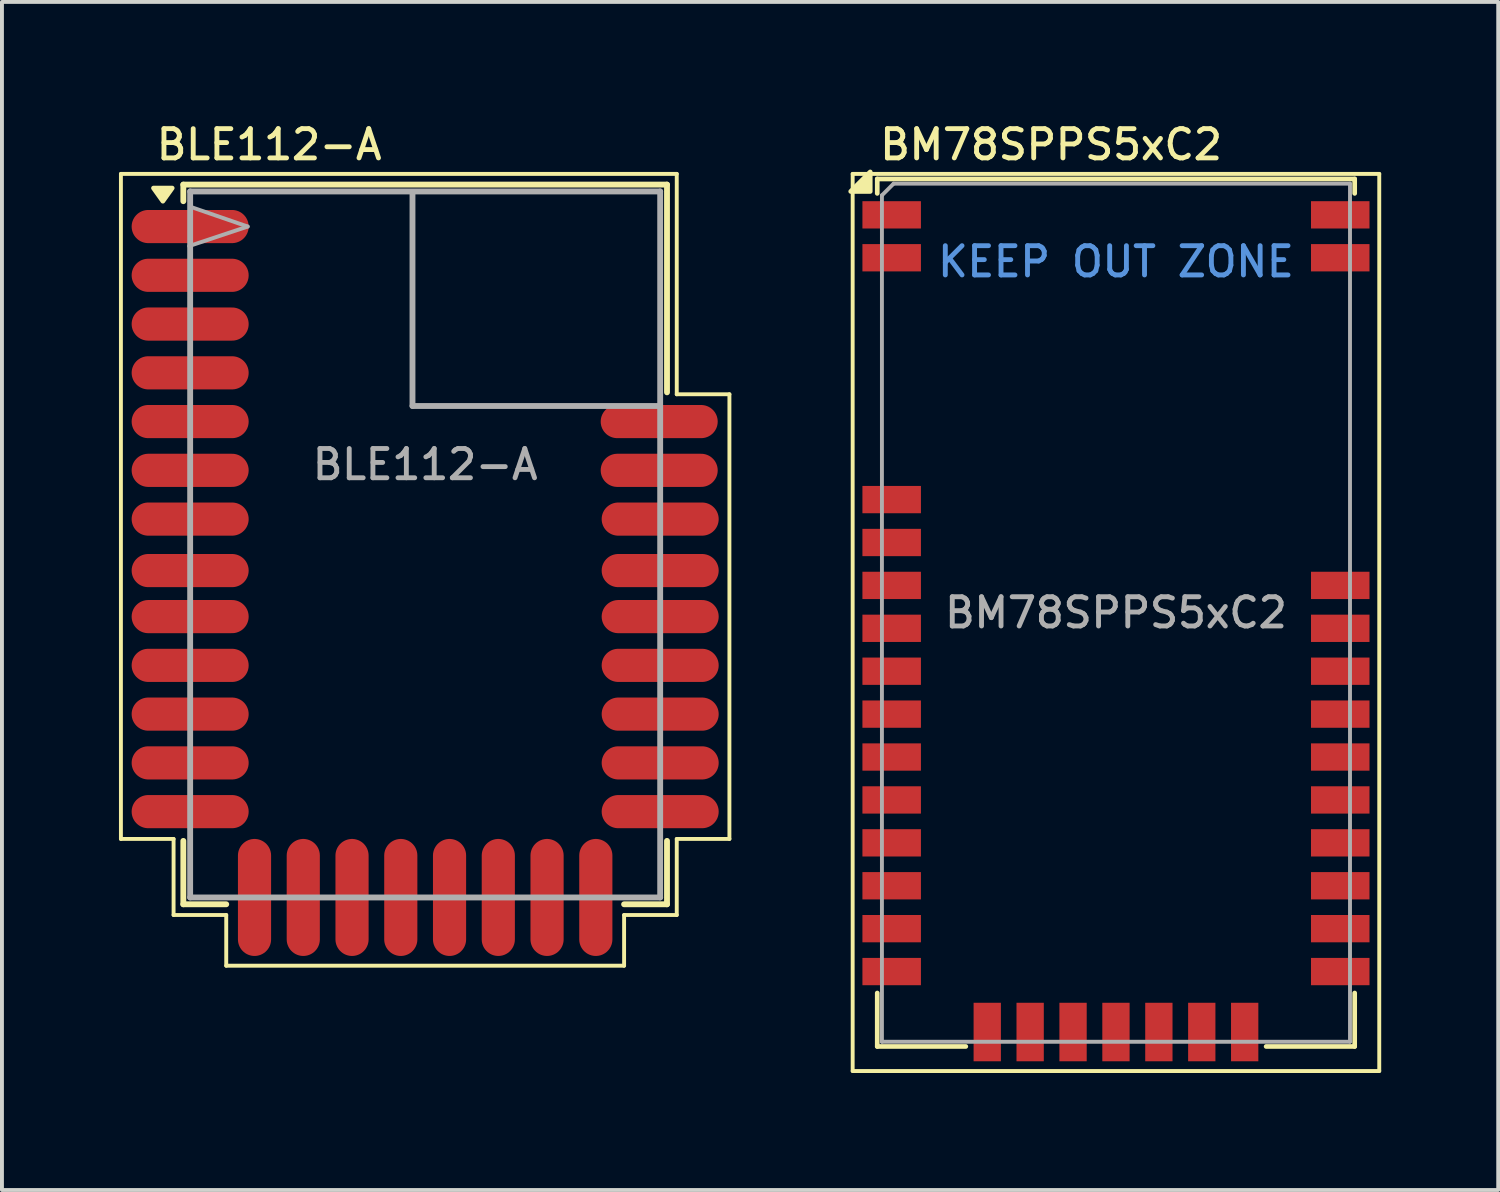
<source format=kicad_pcb>
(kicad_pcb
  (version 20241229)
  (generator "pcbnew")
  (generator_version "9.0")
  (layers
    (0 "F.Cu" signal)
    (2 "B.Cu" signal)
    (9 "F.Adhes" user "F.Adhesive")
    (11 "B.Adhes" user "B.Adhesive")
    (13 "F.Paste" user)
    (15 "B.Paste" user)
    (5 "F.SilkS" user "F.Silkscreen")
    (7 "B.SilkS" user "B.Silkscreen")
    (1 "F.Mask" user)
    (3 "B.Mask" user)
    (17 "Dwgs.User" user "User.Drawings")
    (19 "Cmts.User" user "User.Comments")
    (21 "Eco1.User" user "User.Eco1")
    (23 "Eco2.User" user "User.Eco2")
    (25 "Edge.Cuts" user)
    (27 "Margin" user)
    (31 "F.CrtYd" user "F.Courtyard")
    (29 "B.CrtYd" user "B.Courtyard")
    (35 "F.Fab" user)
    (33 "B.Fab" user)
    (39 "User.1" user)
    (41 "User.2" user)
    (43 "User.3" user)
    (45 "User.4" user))
  (footprint "BLE112-A"
    (layer "F.Cu")
    (at 7.85 11.358)
    (property "Reference" "BLE112-A" (at -4 -10.7 0) (layer "F.SilkS") (effects (font (size 0.75 0.75) (thickness 0.125))))
    (attr smd)
    (fp_line (start -7.8 -9.95) (end -7.8 7.1) (stroke (width 0.1) (type solid)) (layer "F.SilkS"))
    (fp_line (start -7.8 7.1) (end -6.45 7.1) (stroke (width 0.1) (type solid)) (layer "F.SilkS"))
    (fp_line (start -6.45 7.1) (end -6.45 9.05) (stroke (width 0.1) (type solid)) (layer "F.SilkS"))
    (fp_line (start -6.45 9.05) (end -5.1 9.05) (stroke (width 0.1) (type solid)) (layer "F.SilkS"))
    (fp_line (start -6.2 -9.675) (end -6.2 -9.25) (stroke (width 0.15) (type solid)) (layer "F.SilkS"))
    (fp_line (start -6.2 8.775) (end -6.2 7.15) (stroke (width 0.15) (type solid)) (layer "F.SilkS"))
    (fp_line (start -5.1 8.775) (end -6.2 8.775) (stroke (width 0.15) (type solid)) (layer "F.SilkS"))
    (fp_line (start -5.1 9.05) (end -5.1 10.35) (stroke (width 0.1) (type solid)) (layer "F.SilkS"))
    (fp_line (start -5.1 10.35) (end 5.1 10.35) (stroke (width 0.1) (type solid)) (layer "F.SilkS"))
    (fp_line (start 5.1 8.775) (end 6.2 8.775) (stroke (width 0.15) (type solid)) (layer "F.SilkS"))
    (fp_line (start 5.1 9.05) (end 6.45 9.05) (stroke (width 0.1) (type solid)) (layer "F.SilkS"))
    (fp_line (start 5.1 10.35) (end 5.1 9.05) (stroke (width 0.1) (type solid)) (layer "F.SilkS"))
    (fp_line (start 6.2 -9.675) (end -6.2 -9.675) (stroke (width 0.15) (type solid)) (layer "F.SilkS"))
    (fp_line (start 6.2 -4.35) (end 6.2 -9.675) (stroke (width 0.15) (type solid)) (layer "F.SilkS"))
    (fp_line (start 6.2 8.775) (end 6.2 7.15) (stroke (width 0.15) (type solid)) (layer "F.SilkS"))
    (fp_line (start 6.45 -9.95) (end -7.8 -9.95) (stroke (width 0.1) (type solid)) (layer "F.SilkS"))
    (fp_line (start 6.45 -4.3) (end 6.45 -9.95) (stroke (width 0.1) (type solid)) (layer "F.SilkS"))
    (fp_line (start 6.45 7.1) (end 7.8 7.1) (stroke (width 0.1) (type solid)) (layer "F.SilkS"))
    (fp_line (start 6.45 9.05) (end 6.45 7.1) (stroke (width 0.1) (type solid)) (layer "F.SilkS"))
    (fp_line (start 7.8 -4.3) (end 6.45 -4.3) (stroke (width 0.1) (type solid)) (layer "F.SilkS"))
    (fp_line (start 7.8 7.1) (end 7.8 -4.3) (stroke (width 0.1) (type solid)) (layer "F.SilkS"))
    (fp_poly (pts (xy -6.725 -9.25) (xy -6.965 -9.586) (xy -6.485 -9.586) (xy -6.725 -9.25)) (stroke (width 0.12) (type solid)) (fill yes) (layer "F.SilkS"))
    (fp_line (start -6.025 -9.5) (end -6.025 8.6) (stroke (width 0.15) (type solid)) (layer "F.Fab"))
    (fp_line (start -6.025 8.6) (end 6.025 8.6) (stroke (width 0.15) (type solid)) (layer "F.Fab"))
    (fp_line (start -6 -9.1) (end -4.55 -8.6) (stroke (width 0.1) (type solid)) (layer "F.Fab"))
    (fp_line (start -4.55 -8.6) (end -6.05 -8.1) (stroke (width 0.1) (type solid)) (layer "F.Fab"))
    (fp_line (start -0.325 -4) (end -0.325 -9.45) (stroke (width 0.15) (type solid)) (layer "F.Fab"))
    (fp_line (start 6 -4) (end -0.325 -4) (stroke (width 0.15) (type solid)) (layer "F.Fab"))
    (fp_line (start 6.025 -9.5) (end -6.025 -9.5) (stroke (width 0.15) (type solid)) (layer "F.Fab"))
    (fp_line (start 6.025 8.6) (end 6.025 -9.5) (stroke (width 0.15) (type solid)) (layer "F.Fab"))
    (fp_text user "${REFERENCE}" (at 0 -2.5 0) (layer "F.Fab") (effects (font (size 0.75 0.75) (thickness 0.125))))
    (pad "1" smd oval (at -6.025 -8.6) (size 3 0.85) (layers "F.Cu" "F.Mask" "F.Paste"))
    (pad "2" smd oval (at -6.025 -7.35) (size 3 0.85) (layers "F.Cu" "F.Mask" "F.Paste"))
    (pad "3" smd oval (at -6.025 -6.1) (size 3 0.85) (layers "F.Cu" "F.Mask" "F.Paste"))
    (pad "4" smd oval (at -6.025 -4.85) (size 3 0.85) (layers "F.Cu" "F.Mask" "F.Paste"))
    (pad "5" smd oval (at -6.025 -3.6) (size 3 0.85) (layers "F.Cu" "F.Mask" "F.Paste"))
    (pad "6" smd oval (at -6.025 -2.35) (size 3 0.85) (layers "F.Cu" "F.Mask" "F.Paste"))
    (pad "7" smd oval (at -6.025 -1.1) (size 3 0.85) (layers "F.Cu" "F.Mask" "F.Paste"))
    (pad "8" smd oval (at -6.025 0.22) (size 3 0.85) (layers "F.Cu" "F.Mask" "F.Paste"))
    (pad "9" smd oval (at -6.025 1.4) (size 3 0.85) (layers "F.Cu" "F.Mask" "F.Paste"))
    (pad "10" smd oval (at -6.025 2.65) (size 3 0.85) (layers "F.Cu" "F.Mask" "F.Paste"))
    (pad "11" smd oval (at -6.025 3.9) (size 3 0.85) (layers "F.Cu" "F.Mask" "F.Paste"))
    (pad "12" smd oval (at -6.025 5.15) (size 3 0.85) (layers "F.Cu" "F.Mask" "F.Paste"))
    (pad "13" smd oval (at -6.025 6.4) (size 3 0.85) (layers "F.Cu" "F.Mask" "F.Paste"))
    (pad "14" smd oval (at -4.375 8.6 90) (size 3 0.85) (layers "F.Cu" "F.Mask" "F.Paste"))
    (pad "15" smd oval (at -3.125 8.6 90) (size 3 0.85) (layers "F.Cu" "F.Mask" "F.Paste"))
    (pad "16" smd oval (at -1.875 8.6 90) (size 3 0.85) (layers "F.Cu" "F.Mask" "F.Paste"))
    (pad "17" smd oval (at -0.625 8.6 90) (size 3 0.85) (layers "F.Cu" "F.Mask" "F.Paste"))
    (pad "18" smd oval (at 0.625 8.6 90) (size 3 0.85) (layers "F.Cu" "F.Mask" "F.Paste"))
    (pad "19" smd oval (at 1.875 8.6 90) (size 3 0.85) (layers "F.Cu" "F.Mask" "F.Paste"))
    (pad "20" smd oval (at 3.125 8.6 90) (size 3 0.85) (layers "F.Cu" "F.Mask" "F.Paste"))
    (pad "21" smd oval (at 4.375 8.6 90) (size 3 0.85) (layers "F.Cu" "F.Mask" "F.Paste"))
    (pad "22" smd oval (at 6.025 6.4) (size 3 0.85) (layers "F.Cu" "F.Mask" "F.Paste"))
    (pad "23" smd oval (at 6.025 5.15) (size 3 0.85) (layers "F.Cu" "F.Mask" "F.Paste"))
    (pad "24" smd oval (at 6.025 3.9) (size 3 0.85) (layers "F.Cu" "F.Mask" "F.Paste"))
    (pad "25" smd oval (at 6.025 2.65) (size 3 0.85) (layers "F.Cu" "F.Mask" "F.Paste"))
    (pad "26" smd oval (at 6.025 1.4) (size 3 0.85) (layers "F.Cu" "F.Mask" "F.Paste"))
    (pad "27" smd oval (at 6.025 0.22) (size 3 0.85) (layers "F.Cu" "F.Mask" "F.Paste"))
    (pad "28" smd oval (at 6.025 -1.1) (size 3 0.85) (layers "F.Cu" "F.Mask" "F.Paste"))
    (pad "29" smd oval (at 6 -2.35) (size 3 0.85) (layers "F.Cu" "F.Mask" "F.Paste"))
    (pad "30" smd oval (at 6 -3.6) (size 3 0.85) (layers "F.Cu" "F.Mask" "F.Paste")))
  (footprint "BM78SPPS5xC2"
    (layer "F.Cu")
    (at 25.56 12.658)
    (property "Reference" "BM78SPPS5xC2" (at -6.12 -12 180) (layer "F.SilkS") (effects (font (size 0.75 0.75) (thickness 0.125)) (justify left)))
    (attr smd)
    (fp_line (start -6.75 -11.25) (end 6.75 -11.25) (stroke (width 0.1) (type solid)) (layer "F.SilkS"))
    (fp_line (start -6.75 11.75) (end -6.75 -11.25) (stroke (width 0.1) (type solid)) (layer "F.SilkS"))
    (fp_line (start -6.12 -11.12) (end -6.12 -10.75) (stroke (width 0.12) (type solid)) (layer "F.SilkS"))
    (fp_line (start -6.12 -11.12) (end 6.12 -11.12) (stroke (width 0.12) (type solid)) (layer "F.SilkS"))
    (fp_line (start -6.12 9.75) (end -6.12 11.12) (stroke (width 0.12) (type solid)) (layer "F.SilkS"))
    (fp_line (start -6.12 11.12) (end -3.85 11.12) (stroke (width 0.12) (type solid)) (layer "F.SilkS"))
    (fp_line (start 6.12 -11.12) (end 6.12 -10.75) (stroke (width 0.12) (type solid)) (layer "F.SilkS"))
    (fp_line (start 6.12 11.12) (end 3.85 11.12) (stroke (width 0.12) (type solid)) (layer "F.SilkS"))
    (fp_line (start 6.12 11.12) (end 6.12 9.75) (stroke (width 0.12) (type solid)) (layer "F.SilkS"))
    (fp_line (start 6.75 -11.25) (end 6.75 11.75) (stroke (width 0.1) (type solid)) (layer "F.SilkS"))
    (fp_line (start 6.75 11.75) (end -6.75 11.75) (stroke (width 0.1) (type solid)) (layer "F.SilkS"))
    (fp_poly (pts (xy -6.3 -10.8) (xy -6.8 -10.8) (xy -6.3 -11.3) (xy -6.3 -10.8)) (stroke (width 0.12) (type solid)) (fill yes) (layer "F.SilkS"))
    (fp_line (start -6 -10.7) (end -6 11) (stroke (width 0.1) (type solid)) (layer "F.Fab"))
    (fp_line (start -6 11) (end 6 11) (stroke (width 0.1) (type solid)) (layer "F.Fab"))
    (fp_line (start -5.7 -11) (end -6 -10.7) (stroke (width 0.1) (type solid)) (layer "F.Fab"))
    (fp_line (start 6 -11) (end -5.7 -11) (stroke (width 0.1) (type solid)) (layer "F.Fab"))
    (fp_line (start 6 11) (end 6 -11) (stroke (width 0.1) (type solid)) (layer "F.Fab"))
    (fp_text user "KEEP OUT ZONE" (at 0 -9 0) (layer "Cmts.User") (effects (font (size 0.75 0.75) (thickness 0.125))))
    (fp_text user "${REFERENCE}" (at 0 0 0) (layer "F.Fab") (effects (font (size 0.75 0.75) (thickness 0.125))))
    (pad "1" smd rect (at -5.75 -10.2 270) (size 0.7 1.5) (layers "F.Cu" "F.Mask" "F.Paste"))
    (pad "2" smd rect (at -5.75 -9.1 270) (size 0.7 1.5) (layers "F.Cu" "F.Mask" "F.Paste"))
    (pad "3" smd rect (at -5.75 -2.9 270) (size 0.7 1.5) (layers "F.Cu" "F.Mask" "F.Paste"))
    (pad "4" smd rect (at -5.75 -1.8 270) (size 0.7 1.5) (layers "F.Cu" "F.Mask" "F.Paste"))
    (pad "5" smd rect (at -5.75 -0.7 270) (size 0.7 1.5) (layers "F.Cu" "F.Mask" "F.Paste"))
    (pad "6" smd rect (at -5.75 0.4 270) (size 0.7 1.5) (layers "F.Cu" "F.Mask" "F.Paste"))
    (pad "7" smd rect (at -5.75 1.5 270) (size 0.7 1.5) (layers "F.Cu" "F.Mask" "F.Paste"))
    (pad "8" smd rect (at -5.75 2.6 270) (size 0.7 1.5) (layers "F.Cu" "F.Mask" "F.Paste"))
    (pad "9" smd rect (at -5.75 3.7 270) (size 0.7 1.5) (layers "F.Cu" "F.Mask" "F.Paste"))
    (pad "10" smd rect (at -5.75 4.8 270) (size 0.7 1.5) (layers "F.Cu" "F.Mask" "F.Paste"))
    (pad "11" smd rect (at -5.75 5.9 270) (size 0.7 1.5) (layers "F.Cu" "F.Mask" "F.Paste"))
    (pad "12" smd rect (at -5.75 7 270) (size 0.7 1.5) (layers "F.Cu" "F.Mask" "F.Paste"))
    (pad "13" smd rect (at -5.75 8.1 270) (size 0.7 1.5) (layers "F.Cu" "F.Mask" "F.Paste"))
    (pad "14" smd rect (at -5.75 9.2 270) (size 0.7 1.5) (layers "F.Cu" "F.Mask" "F.Paste"))
    (pad "15" smd rect (at -3.3 10.75) (size 0.7 1.5) (layers "F.Cu" "F.Mask" "F.Paste"))
    (pad "16" smd rect (at -2.2 10.75) (size 0.7 1.5) (layers "F.Cu" "F.Mask" "F.Paste"))
    (pad "17" smd rect (at -1.1 10.75) (size 0.7 1.5) (layers "F.Cu" "F.Mask" "F.Paste"))
    (pad "18" smd rect (at 0 10.75) (size 0.7 1.5) (layers "F.Cu" "F.Mask" "F.Paste"))
    (pad "19" smd rect (at 1.1 10.75) (size 0.7 1.5) (layers "F.Cu" "F.Mask" "F.Paste"))
    (pad "20" smd rect (at 2.2 10.75) (size 0.7 1.5) (layers "F.Cu" "F.Mask" "F.Paste"))
    (pad "21" smd rect (at 3.3 10.75) (size 0.7 1.5) (layers "F.Cu" "F.Mask" "F.Paste"))
    (pad "22" smd rect (at 5.75 9.2 270) (size 0.7 1.5) (layers "F.Cu" "F.Mask" "F.Paste"))
    (pad "23" smd rect (at 5.75 8.1 270) (size 0.7 1.5) (layers "F.Cu" "F.Mask" "F.Paste"))
    (pad "24" smd rect (at 5.75 7 270) (size 0.7 1.5) (layers "F.Cu" "F.Mask" "F.Paste"))
    (pad "25" smd rect (at 5.75 5.9 270) (size 0.7 1.5) (layers "F.Cu" "F.Mask" "F.Paste"))
    (pad "26" smd rect (at 5.75 4.8 270) (size 0.7 1.5) (layers "F.Cu" "F.Mask" "F.Paste"))
    (pad "27" smd rect (at 5.75 3.7 270) (size 0.7 1.5) (layers "F.Cu" "F.Mask" "F.Paste"))
    (pad "28" smd rect (at 5.75 2.6 270) (size 0.7 1.5) (layers "F.Cu" "F.Mask" "F.Paste"))
    (pad "29" smd rect (at 5.75 1.5 270) (size 0.7 1.5) (layers "F.Cu" "F.Mask" "F.Paste"))
    (pad "30" smd rect (at 5.75 0.4 270) (size 0.7 1.5) (layers "F.Cu" "F.Mask" "F.Paste"))
    (pad "31" smd rect (at 5.75 -0.7 270) (size 0.7 1.5) (layers "F.Cu" "F.Mask" "F.Paste"))
    (pad "32" smd rect (at 5.75 -9.1 270) (size 0.7 1.5) (layers "F.Cu" "F.Mask" "F.Paste"))
    (pad "33" smd rect (at 5.75 -10.2 270) (size 0.7 1.5) (layers "F.Cu" "F.Mask" "F.Paste"))
    (zone (net_name "") (layer "F.Cu") (hatch full 0.508) (connect_pads) (min_thickness 0.254) (filled_areas_thickness no) (keepout (tracks not_allowed) (vias not_allowed) (pads not_allowed) (copperpour not_allowed) (footprints not_allowed)) (placement (enabled no)) (fill) (polygon (pts (xy 31.56 2.108) (xy 30.56 2.108) (xy 30.56 2.808) (xy 31.56 2.808) (xy 31.56 3.208) (xy 30.56 3.208) (xy 30.56 3.908) (xy 31.56 3.908) (xy 31.56 8.858) (xy 27.56 8.858) (xy 27.56 5.658) (xy 19.56 5.658) (xy 19.56 3.908) (xy 20.56 3.908) (xy 20.56 3.208) (xy 19.56 3.208) (xy 19.56 2.808) (xy 20.56 2.808) (xy 20.56 2.108) (xy 19.56 2.108) (xy 19.56 1.658) (xy 31.56 1.658)))))
  (gr_rect
    (start -3 -3)
    (end 35.36 27.458)
    (stroke (width 0.1) (type default))
    (fill no)
    (layer "Edge.Cuts")))
</source>
